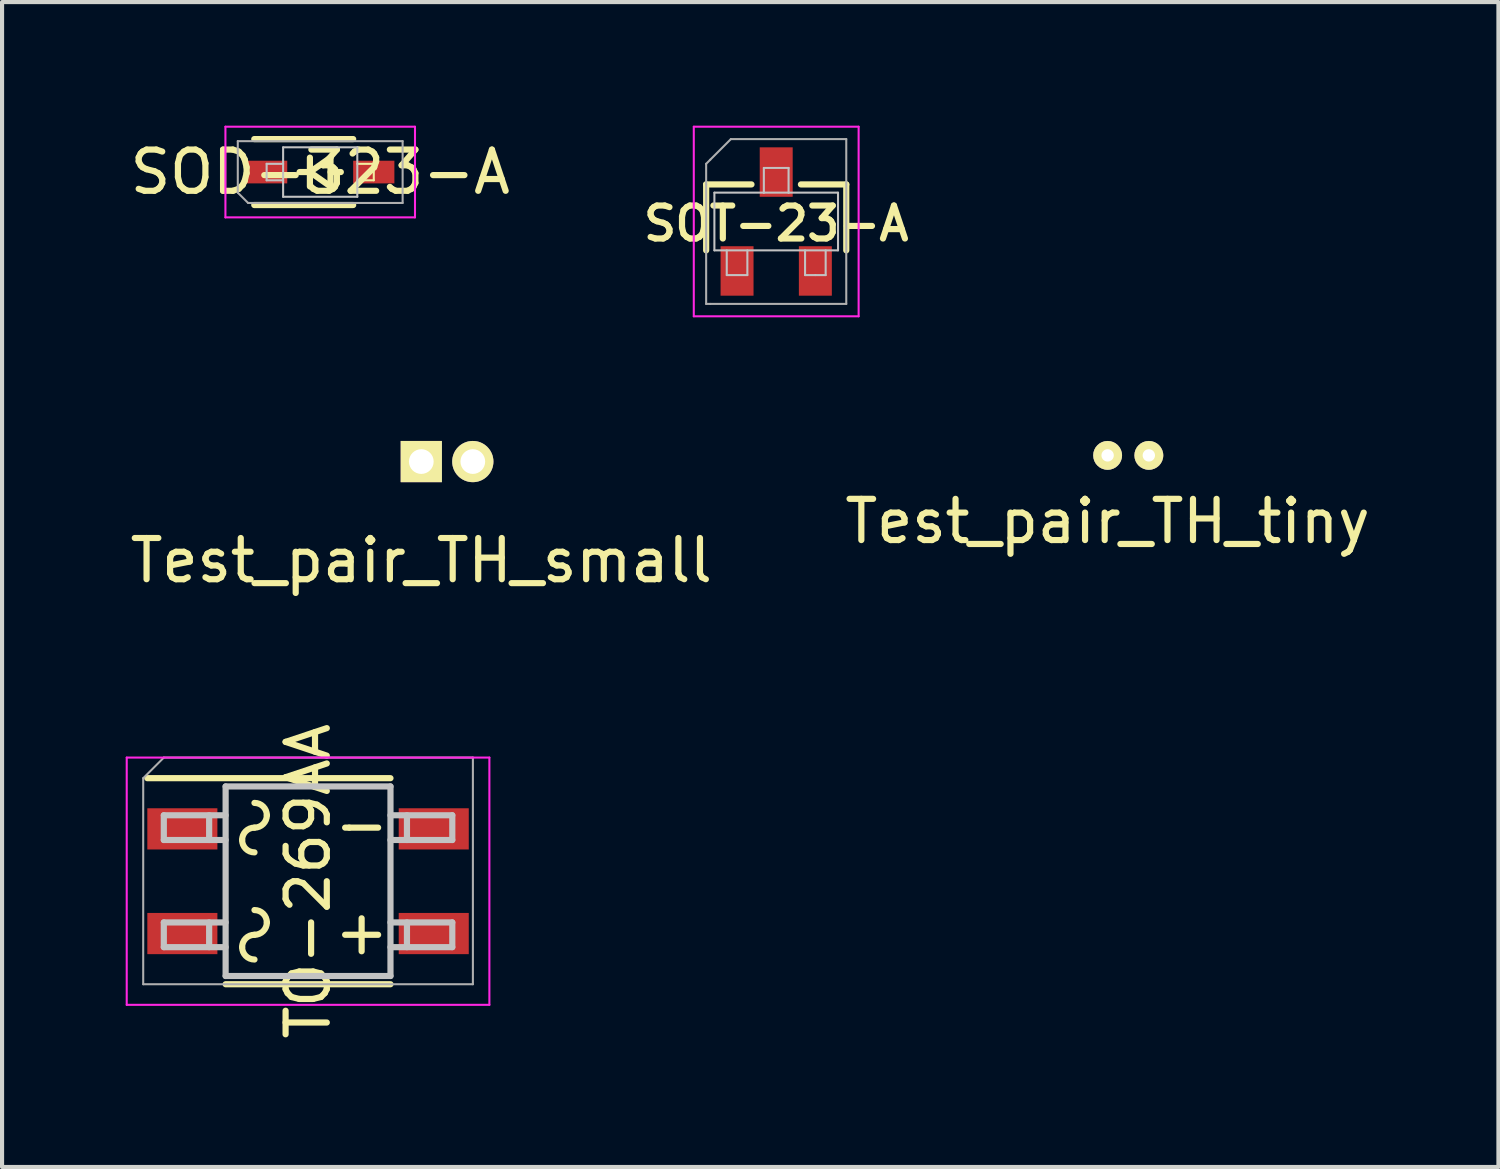
<source format=kicad_pcb>
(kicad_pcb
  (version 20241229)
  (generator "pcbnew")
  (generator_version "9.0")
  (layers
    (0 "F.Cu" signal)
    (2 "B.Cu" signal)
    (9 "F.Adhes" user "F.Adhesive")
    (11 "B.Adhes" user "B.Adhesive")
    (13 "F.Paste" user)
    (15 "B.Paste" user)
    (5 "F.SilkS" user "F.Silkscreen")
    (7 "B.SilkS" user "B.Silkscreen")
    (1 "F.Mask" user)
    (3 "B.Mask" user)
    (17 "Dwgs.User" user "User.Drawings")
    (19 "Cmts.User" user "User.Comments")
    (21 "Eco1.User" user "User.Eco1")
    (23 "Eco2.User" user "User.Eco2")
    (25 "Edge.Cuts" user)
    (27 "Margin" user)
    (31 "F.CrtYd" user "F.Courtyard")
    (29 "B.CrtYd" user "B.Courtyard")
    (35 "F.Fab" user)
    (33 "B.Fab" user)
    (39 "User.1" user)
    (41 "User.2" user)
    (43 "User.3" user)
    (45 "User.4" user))
  (footprint "SOD-323-A"
    (layer "F.Cu")
    (at 4.72 1.125)
    (property "Reference" "SOD-323-A" (at 0 0 0) (layer "F.SilkS") (effects (font (size 1 1) (thickness 0.15))))
    (attr smd)
    (fp_line (start -1.6 -0.8) (end 0.8 -0.8) (stroke (width 0.15) (type solid)) (layer "F.SilkS"))
    (fp_line (start -1.6 0.8) (end 0.8 0.8) (stroke (width 0.15) (type solid)) (layer "F.SilkS"))
    (fp_line (start -0.25 -0.35) (end -0.25 0.35) (stroke (width 0.15) (type solid)) (layer "F.SilkS"))
    (fp_line (start -0.25 0) (end -0.5 0) (stroke (width 0.15) (type solid)) (layer "F.SilkS"))
    (fp_line (start -0.25 0) (end 0.25 -0.35) (stroke (width 0.15) (type solid)) (layer "F.SilkS"))
    (fp_line (start 0.25 -0.35) (end 0.25 0.35) (stroke (width 0.15) (type solid)) (layer "F.SilkS"))
    (fp_line (start 0.25 0) (end 0.5 0) (stroke (width 0.15) (type solid)) (layer "F.SilkS"))
    (fp_line (start 0.25 0.35) (end -0.25 0) (stroke (width 0.15) (type solid)) (layer "F.SilkS"))
    (fp_line (start 0.9 -0.2) (end 1.3 -0.2) (stroke (width 0.05) (type solid)) (layer "F.SilkS"))
    (fp_line (start 1.3 -0.2) (end 1.3 0.2) (stroke (width 0.05) (type solid)) (layer "F.SilkS"))
    (fp_line (start 1.3 0.2) (end 0.9 0.2) (stroke (width 0.05) (type solid)) (layer "F.SilkS"))
    (fp_line (start -1.3 -0.2) (end -0.9 -0.2) (stroke (width 0.05) (type solid)) (layer "Dwgs.User"))
    (fp_line (start -1.3 0.2) (end -1.3 -0.2) (stroke (width 0.05) (type solid)) (layer "Dwgs.User"))
    (fp_line (start -1.3 0.2) (end -0.9 0.2) (stroke (width 0.05) (type solid)) (layer "Dwgs.User"))
    (fp_line (start -0.9 -0.6) (end -0.9 0.6) (stroke (width 0.05) (type solid)) (layer "Dwgs.User"))
    (fp_line (start -0.9 0.6) (end 0.9 0.6) (stroke (width 0.05) (type solid)) (layer "Dwgs.User"))
    (fp_line (start 0.9 -0.6) (end -0.9 -0.6) (stroke (width 0.05) (type solid)) (layer "Dwgs.User"))
    (fp_line (start 0.9 0.6) (end 0.9 -0.6) (stroke (width 0.05) (type solid)) (layer "Dwgs.User"))
    (fp_line (start -2.3 -1.1) (end -2.3 1.1) (stroke (width 0.05) (type solid)) (layer "F.CrtYd"))
    (fp_line (start -2.3 -1.1) (end 2.3 -1.1) (stroke (width 0.05) (type solid)) (layer "F.CrtYd"))
    (fp_line (start -2.3 1.1) (end 2.3 1.1) (stroke (width 0.05) (type solid)) (layer "F.CrtYd"))
    (fp_line (start 2.3 -1.1) (end 2.3 1.1) (stroke (width 0.05) (type solid)) (layer "F.CrtYd"))
    (fp_line (start -2 -0.75) (end 2 -0.75) (stroke (width 0.05) (type solid)) (layer "F.Fab"))
    (fp_line (start -2 0.5) (end -2 -0.75) (stroke (width 0.05) (type solid)) (layer "F.Fab"))
    (fp_line (start -2 0.5) (end -1.75 0.75) (stroke (width 0.05) (type solid)) (layer "F.Fab"))
    (fp_line (start 2 -0.75) (end 2 0.75) (stroke (width 0.05) (type solid)) (layer "F.Fab"))
    (fp_line (start 2 0.75) (end -1.75 0.75) (stroke (width 0.05) (type solid)) (layer "F.Fab"))
    (pad "1" smd rect (at -1.3 0) (size 1 0.55) (layers "F.Cu" "F.Mask" "F.Paste"))
    (pad "2" smd rect (at 1.3 0) (size 1 0.55) (layers "F.Cu" "F.Mask" "F.Paste")))
  (footprint "Test_pair_TH_tiny"
    (layer "F.Cu")
    (at 23.827 8)
    (property "Reference" "Test_pair_TH_tiny" (at 0 1.6 0) (layer "F.SilkS") (effects (font (size 1 1) (thickness 0.15))))
    (attr through_hole)
    (pad "1" thru_hole circle (at 0 0) (size 0.7 0.7) (drill 0.3) (layers "*.Cu" "*.Mask" "F.SilkS"))
    (pad "2" thru_hole circle (at 1 0) (size 0.7 0.7) (drill 0.3) (layers "*.Cu" "*.Mask" "F.SilkS")))
  (footprint "TO-269AA"
    (layer "F.Cu")
    (at 4.425 18.333)
    (property "Reference" "TO-269AA" (at 0 0 90) (layer "F.SilkS") (effects (font (size 1 1) (thickness 0.15))))
    (attr through_hole)
    (fp_line (start -3.9 -2.5) (end 2 -2.5) (stroke (width 0.15) (type solid)) (layer "F.SilkS"))
    (fp_line (start 1 -1.3) (end 0.9 -1.3) (stroke (width 0.15) (type solid)) (layer "F.SilkS"))
    (fp_line (start 1.3 0.9) (end 1.3 1.7) (stroke (width 0.15) (type solid)) (layer "F.SilkS"))
    (fp_line (start 1.7 -1.3) (end 1 -1.3) (stroke (width 0.15) (type solid)) (layer "F.SilkS"))
    (fp_line (start 1.7 1.3) (end 0.9 1.3) (stroke (width 0.15) (type solid)) (layer "F.SilkS"))
    (fp_line (start 2 2.5) (end -2 2.5) (stroke (width 0.15) (type solid)) (layer "F.SilkS"))
    (fp_arc (start -1.6 -1) (mid -1.512132 -1.212132) (end -1.3 -1.3) (stroke (width 0.15) (type solid)) (layer "F.SilkS"))
    (fp_arc (start -1.6 1.6) (mid -1.512132 1.387868) (end -1.3 1.3) (stroke (width 0.15) (type solid)) (layer "F.SilkS"))
    (fp_arc (start -1.3 -1.9) (mid -1.087868 -1.812132) (end -1 -1.6) (stroke (width 0.15) (type solid)) (layer "F.SilkS"))
    (fp_arc (start -1.3 -0.7) (mid -1.512132 -0.787868) (end -1.6 -1) (stroke (width 0.15) (type solid)) (layer "F.SilkS"))
    (fp_arc (start -1.3 0.7) (mid -1.087868 0.787868) (end -1 1) (stroke (width 0.15) (type solid)) (layer "F.SilkS"))
    (fp_arc (start -1.3 1.9) (mid -1.512132 1.812132) (end -1.6 1.6) (stroke (width 0.15) (type solid)) (layer "F.SilkS"))
    (fp_arc (start -1 -1.6) (mid -1.087868 -1.387868) (end -1.3 -1.3) (stroke (width 0.15) (type solid)) (layer "F.SilkS"))
    (fp_arc (start -1 1) (mid -1.087868 1.212132) (end -1.3 1.3) (stroke (width 0.15) (type solid)) (layer "F.SilkS"))
    (fp_line (start -3.5 -1.6) (end -2 -1.6) (stroke (width 0.15) (type solid)) (layer "Dwgs.User"))
    (fp_line (start -3.5 -1) (end -3.5 -1.6) (stroke (width 0.15) (type solid)) (layer "Dwgs.User"))
    (fp_line (start -3.5 1) (end -2 1) (stroke (width 0.15) (type solid)) (layer "Dwgs.User"))
    (fp_line (start -3.5 1.6) (end -3.5 1) (stroke (width 0.15) (type solid)) (layer "Dwgs.User"))
    (fp_line (start -2.4 -1) (end -2.4 -1.6) (stroke (width 0.15) (type solid)) (layer "Dwgs.User"))
    (fp_line (start -2.4 1) (end -2.4 1.6) (stroke (width 0.15) (type solid)) (layer "Dwgs.User"))
    (fp_line (start -2 -2.3) (end 2 -2.3) (stroke (width 0.15) (type solid)) (layer "Dwgs.User"))
    (fp_line (start -2 -1) (end -3.5 -1) (stroke (width 0.15) (type solid)) (layer "Dwgs.User"))
    (fp_line (start -2 1.6) (end -3.5 1.6) (stroke (width 0.15) (type solid)) (layer "Dwgs.User"))
    (fp_line (start -2 2.3) (end -2 -2.3) (stroke (width 0.15) (type solid)) (layer "Dwgs.User"))
    (fp_line (start 2 -2.3) (end 2 2.3) (stroke (width 0.15) (type solid)) (layer "Dwgs.User"))
    (fp_line (start 2 -1) (end 3.5 -1) (stroke (width 0.15) (type solid)) (layer "Dwgs.User"))
    (fp_line (start 2 1) (end 3.5 1) (stroke (width 0.15) (type solid)) (layer "Dwgs.User"))
    (fp_line (start 2 2.3) (end -2 2.3) (stroke (width 0.15) (type solid)) (layer "Dwgs.User"))
    (fp_line (start 2.4 -1.6) (end 2.4 -1) (stroke (width 0.15) (type solid)) (layer "Dwgs.User"))
    (fp_line (start 2.4 1) (end 2.4 1.6) (stroke (width 0.15) (type solid)) (layer "Dwgs.User"))
    (fp_line (start 3.5 -1.6) (end 2 -1.6) (stroke (width 0.15) (type solid)) (layer "Dwgs.User"))
    (fp_line (start 3.5 -1) (end 3.5 -1.6) (stroke (width 0.15) (type solid)) (layer "Dwgs.User"))
    (fp_line (start 3.5 1) (end 3.5 1.6) (stroke (width 0.15) (type solid)) (layer "Dwgs.User"))
    (fp_line (start 3.5 1.6) (end 2 1.6) (stroke (width 0.15) (type solid)) (layer "Dwgs.User"))
    (fp_line (start -4.4 -3) (end 4.4 -3) (stroke (width 0.05) (type solid)) (layer "F.CrtYd"))
    (fp_line (start -4.4 3) (end -4.4 -3) (stroke (width 0.05) (type solid)) (layer "F.CrtYd"))
    (fp_line (start 4.4 -3) (end 4.4 3) (stroke (width 0.05) (type solid)) (layer "F.CrtYd"))
    (fp_line (start 4.4 3) (end -4.4 3) (stroke (width 0.05) (type solid)) (layer "F.CrtYd"))
    (fp_line (start -4 -2.5) (end -3.5 -3) (stroke (width 0.05) (type solid)) (layer "F.Fab"))
    (fp_line (start -4 2.5) (end -4 -2.5) (stroke (width 0.05) (type solid)) (layer "F.Fab"))
    (fp_line (start -3.5 -3) (end 4 -3) (stroke (width 0.05) (type solid)) (layer "F.Fab"))
    (fp_line (start 4 -3) (end 4 2.5) (stroke (width 0.05) (type solid)) (layer "F.Fab"))
    (fp_line (start 4 2.5) (end -4 2.5) (stroke (width 0.05) (type solid)) (layer "F.Fab"))
    (pad "1" smd rect (at -3.05 -1.27 90) (size 1 1.7) (layers "F.Cu" "F.Mask" "F.Paste"))
    (pad "2" smd rect (at -3.05 1.27 90) (size 1 1.7) (layers "F.Cu" "F.Mask" "F.Paste"))
    (pad "3" smd rect (at 3.05 1.27 90) (size 1 1.7) (layers "F.Cu" "F.Mask" "F.Paste"))
    (pad "4" smd rect (at 3.05 -1.27 90) (size 1 1.7) (layers "F.Cu" "F.Mask" "F.Paste")))
  (footprint "SOT-23-A"
    (layer "F.Cu")
    (at 15.785 2.325)
    (property "Reference" "SOT-23-A" (at 0 0.05 0) (layer "F.SilkS") (effects (font (size 0.8 0.8) (thickness 0.15))))
    (attr smd)
    (fp_line (start -1.7 -0.9) (end -0.6 -0.9) (stroke (width 0.15) (type solid)) (layer "F.SilkS"))
    (fp_line (start -1.7 0.7) (end -1.7 -0.9) (stroke (width 0.15) (type solid)) (layer "F.SilkS"))
    (fp_line (start 1.7 -0.9) (end 0.6 -0.9) (stroke (width 0.15) (type solid)) (layer "F.SilkS"))
    (fp_line (start 1.7 0.7) (end 1.7 -0.9) (stroke (width 0.15) (type solid)) (layer "F.SilkS"))
    (fp_line (start -1.5 -0.7) (end -0.3 -0.7) (stroke (width 0.05) (type solid)) (layer "Dwgs.User"))
    (fp_line (start -1.5 0.7) (end -1.5 -0.7) (stroke (width 0.05) (type solid)) (layer "Dwgs.User"))
    (fp_line (start -1.2 1.3) (end -1.2 0.7) (stroke (width 0.05) (type solid)) (layer "Dwgs.User"))
    (fp_line (start -0.7 1.3) (end -1.2 1.3) (stroke (width 0.05) (type solid)) (layer "Dwgs.User"))
    (fp_line (start -0.7 1.3) (end -0.7 0.7) (stroke (width 0.05) (type solid)) (layer "Dwgs.User"))
    (fp_line (start -0.3 -1.3) (end 0.3 -1.3) (stroke (width 0.05) (type solid)) (layer "Dwgs.User"))
    (fp_line (start -0.3 -0.7) (end -0.3 -1.3) (stroke (width 0.05) (type solid)) (layer "Dwgs.User"))
    (fp_line (start -0.3 -0.7) (end 0.3 -0.7) (stroke (width 0.05) (type solid)) (layer "Dwgs.User"))
    (fp_line (start 0.3 -1.3) (end 0.3 -0.7) (stroke (width 0.05) (type solid)) (layer "Dwgs.User"))
    (fp_line (start 0.3 -0.7) (end 1.5 -0.7) (stroke (width 0.05) (type solid)) (layer "Dwgs.User"))
    (fp_line (start 0.7 1.3) (end 0.7 0.7) (stroke (width 0.05) (type solid)) (layer "Dwgs.User"))
    (fp_line (start 0.95 1.3) (end 0.7 1.3) (stroke (width 0.05) (type solid)) (layer "Dwgs.User"))
    (fp_line (start 0.95 1.3) (end 1.2 1.3) (stroke (width 0.05) (type solid)) (layer "Dwgs.User"))
    (fp_line (start 1.2 1.3) (end 1.2 0.7) (stroke (width 0.05) (type solid)) (layer "Dwgs.User"))
    (fp_line (start 1.5 -0.7) (end 1.5 0.7) (stroke (width 0.05) (type solid)) (layer "Dwgs.User"))
    (fp_line (start 1.5 0.7) (end -1.5 0.7) (stroke (width 0.05) (type solid)) (layer "Dwgs.User"))
    (fp_line (start -2 -2.3) (end 2 -2.3) (stroke (width 0.05) (type solid)) (layer "F.CrtYd"))
    (fp_line (start -2 2.3) (end -2 -2.3) (stroke (width 0.05) (type solid)) (layer "F.CrtYd"))
    (fp_line (start 2 -2.3) (end 2 2.3) (stroke (width 0.05) (type solid)) (layer "F.CrtYd"))
    (fp_line (start 2 2.3) (end -2 2.3) (stroke (width 0.05) (type solid)) (layer "F.CrtYd"))
    (fp_line (start -1.7 -1.4) (end -1.7 -0.9) (stroke (width 0.05) (type solid)) (layer "F.Fab"))
    (fp_line (start -1.7 2) (end -1.7 -0.9) (stroke (width 0.05) (type solid)) (layer "F.Fab"))
    (fp_line (start -1.7 2) (end -1.6 2) (stroke (width 0.05) (type solid)) (layer "F.Fab"))
    (fp_line (start -1.6 -1.5) (end -1.7 -1.4) (stroke (width 0.05) (type solid)) (layer "F.Fab"))
    (fp_line (start -1.6 -1.5) (end -1.1 -2) (stroke (width 0.05) (type solid)) (layer "F.Fab"))
    (fp_line (start -1.1 -2) (end 1.7 -2) (stroke (width 0.05) (type solid)) (layer "F.Fab"))
    (fp_line (start 1.7 -2) (end 1.7 2) (stroke (width 0.05) (type solid)) (layer "F.Fab"))
    (fp_line (start 1.7 2) (end -1.6 2) (stroke (width 0.05) (type solid)) (layer "F.Fab"))
    (pad "1" smd rect (at -0.95 1.2) (size 0.8 1.2) (layers "F.Cu" "F.Mask" "F.Paste"))
    (pad "2" smd rect (at 0.95 1.2) (size 0.8 1.2) (layers "F.Cu" "F.Mask" "F.Paste"))
    (pad "3" smd rect (at 0 -1.2) (size 0.8 1.2) (layers "F.Cu" "F.Mask" "F.Paste")))
  (footprint "Test_pair_TH_small"
    (layer "F.Cu")
    (at 7.173 8.15)
    (property "Reference" "Test_pair_TH_small" (at 0 2.4 0) (layer "F.SilkS") (effects (font (size 1 1) (thickness 0.15))))
    (attr through_hole)
    (pad "1" thru_hole rect (at 0 0) (size 1 1) (drill 0.6) (layers "*.Cu" "*.Mask" "F.SilkS"))
    (pad "2" thru_hole circle (at 1.25 0) (size 1 1) (drill 0.6) (layers "*.Cu" "*.Mask" "F.SilkS")))
  (gr_rect
    (start -3 -3)
    (end 33.31 25.267)
    (stroke (width 0.1) (type default))
    (fill no)
    (layer "Edge.Cuts")))
</source>
